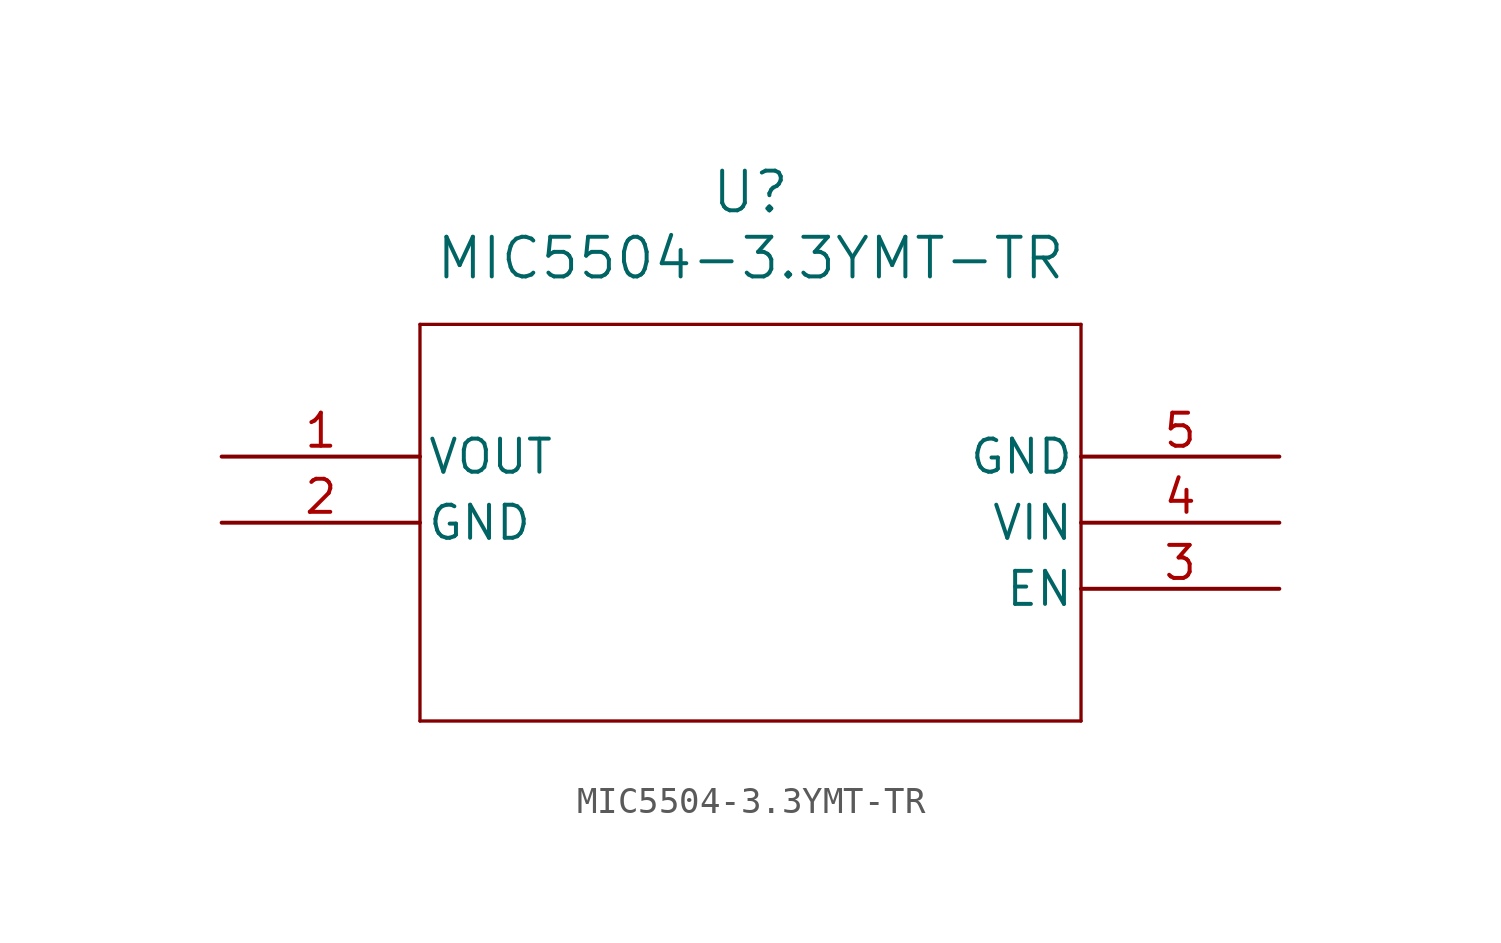
<source format=kicad_sym>
(kicad_symbol_lib
  (version 20211014)
  (generator kicad_symbol_editor)
  (symbol "MIC5504-3.3YMT-TR"
    (pin_names
      (offset 0.254))
    (property "Reference" "U"
      (at 20.32 10.16 0)
      (effects (font (size 1.524 1.524))))
    (property "Value" "MIC5504-3.3YMT-TR"
      (at 20.32 7.62 0)
      (effects (font (size 1.524 1.524))))
    (symbol "MIC5504-3.3YMT-TR_0_1"
      (polyline (pts (xy 7.62 5.08) (xy 7.62 -10.16)) (stroke (width 0.127) (type default) (color 0 0 0 0)) (fill (type none)))
      (polyline (pts (xy 7.62 -10.16) (xy 33.02 -10.16)) (stroke (width 0.127) (type default) (color 0 0 0 0)) (fill (type none)))
      (polyline (pts (xy 33.02 -10.16) (xy 33.02 5.08)) (stroke (width 0.127) (type default) (color 0 0 0 0)) (fill (type none)))
      (polyline (pts (xy 33.02 5.08) (xy 7.62 5.08)) (stroke (width 0.127) (type default) (color 0 0 0 0)) (fill (type none)))
      (pin output line (at 0 0 0) (length 7.62) (name "VOUT" (effects (font (size 1.27 1.27)))) (number "1" (effects (font (size 1.27 1.27)))))
      (pin power_out line (at 0 -2.54 0) (length 7.62) (name "GND" (effects (font (size 1.27 1.27)))) (number "2" (effects (font (size 1.27 1.27)))))
      (pin input line (at 40.64 -5.08 180) (length 7.62) (name "EN" (effects (font (size 1.27 1.27)))) (number "3" (effects (font (size 1.27 1.27)))))
      (pin power_in line (at 40.64 -2.54 180) (length 7.62) (name "VIN" (effects (font (size 1.27 1.27)))) (number "4" (effects (font (size 1.27 1.27)))))
      (pin power_out line (at 40.64 0 180) (length 7.62) (name "GND" (effects (font (size 1.27 1.27)))) (number "5" (effects (font (size 1.27 1.27))))))))
</source>
